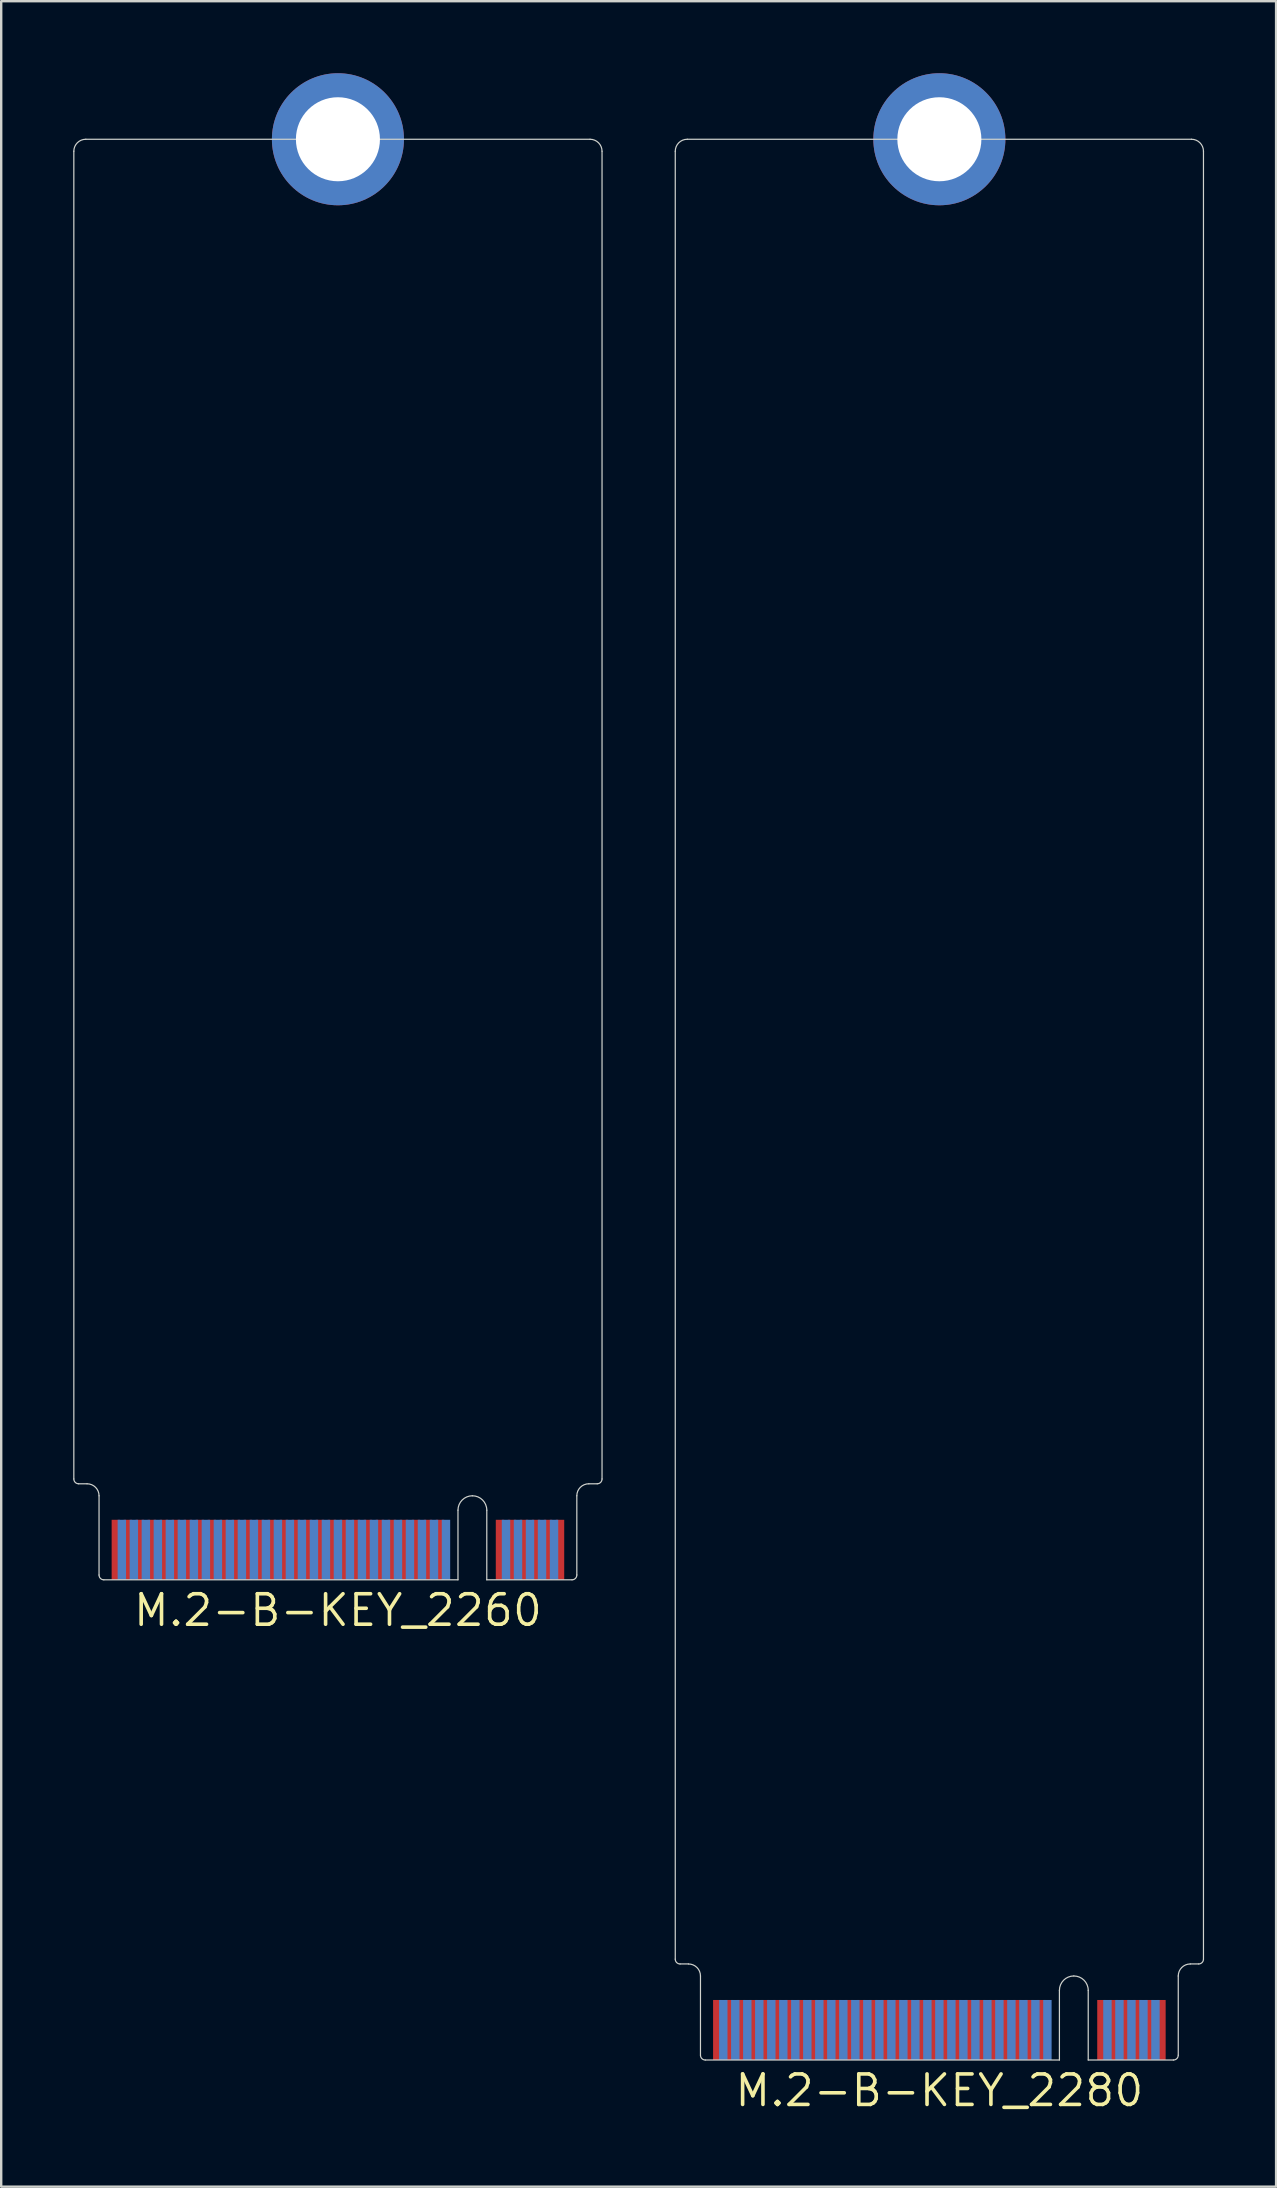
<source format=kicad_pcb>
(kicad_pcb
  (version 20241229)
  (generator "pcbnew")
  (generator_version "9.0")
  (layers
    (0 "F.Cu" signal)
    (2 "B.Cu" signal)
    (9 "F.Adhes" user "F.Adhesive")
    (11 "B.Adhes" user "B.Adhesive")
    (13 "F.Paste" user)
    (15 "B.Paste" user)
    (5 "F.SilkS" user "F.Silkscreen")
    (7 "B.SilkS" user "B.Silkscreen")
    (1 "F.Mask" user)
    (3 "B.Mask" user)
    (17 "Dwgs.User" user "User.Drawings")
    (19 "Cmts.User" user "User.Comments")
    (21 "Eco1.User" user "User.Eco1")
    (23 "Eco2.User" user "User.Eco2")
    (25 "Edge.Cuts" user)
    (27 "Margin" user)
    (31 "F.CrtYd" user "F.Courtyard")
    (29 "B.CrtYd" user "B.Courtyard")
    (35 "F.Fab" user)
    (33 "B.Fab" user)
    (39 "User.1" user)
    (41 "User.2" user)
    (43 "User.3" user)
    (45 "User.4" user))
  (footprint "M.2-B-KEY_2260"
    (layer "F.Cu")
    (at 11.025 62.75)
    (property "Reference" "M.2-B-KEY_2260" (at 0 1.27 0) (layer "F.SilkS") (effects (font (size 1.27 1.27) (thickness 0.15))))
    (attr through_hole)
    (fp_line (start -11 -59.5) (end -11 -4.2) (stroke (width 0.05) (type solid)) (layer "Edge.Cuts"))
    (fp_line (start -10.8 -4) (end -10.45 -4) (stroke (width 0.05) (type solid)) (layer "Edge.Cuts"))
    (fp_line (start -9.95 -3.5) (end -9.95 -0.2) (stroke (width 0.05) (type solid)) (layer "Edge.Cuts"))
    (fp_line (start -9.75 0) (end 5 0) (stroke (width 0.05) (type solid)) (layer "Edge.Cuts"))
    (fp_line (start 5 -2.9) (end 5 0) (stroke (width 0.05) (type solid)) (layer "Edge.Cuts"))
    (fp_line (start 6.2 -2.9) (end 6.2 0) (stroke (width 0.05) (type solid)) (layer "Edge.Cuts"))
    (fp_line (start 6.2 0) (end 9.75 0) (stroke (width 0.05) (type solid)) (layer "Edge.Cuts"))
    (fp_line (start 9.95 -0.2) (end 9.95 -3.5) (stroke (width 0.05) (type solid)) (layer "Edge.Cuts"))
    (fp_line (start 10.45 -4) (end 10.8 -4) (stroke (width 0.05) (type solid)) (layer "Edge.Cuts"))
    (fp_line (start 10.5 -60) (end -10.5 -60) (stroke (width 0.05) (type solid)) (layer "Edge.Cuts"))
    (fp_line (start 11 -4.2) (end 11 -59.5) (stroke (width 0.05) (type solid)) (layer "Edge.Cuts"))
    (fp_arc (start -11 -59.5) (mid -10.853553 -59.853553) (end -10.5 -60) (stroke (width 0.05) (type solid)) (layer "Edge.Cuts"))
    (fp_arc (start -10.8 -4) (mid -10.941421 -4.058579) (end -11 -4.2) (stroke (width 0.05) (type solid)) (layer "Edge.Cuts"))
    (fp_arc (start -10.45 -4) (mid -10.096447 -3.853553) (end -9.95 -3.5) (stroke (width 0.05) (type solid)) (layer "Edge.Cuts"))
    (fp_arc (start -9.75 0) (mid -9.891421 -0.058579) (end -9.95 -0.2) (stroke (width 0.05) (type solid)) (layer "Edge.Cuts"))
    (fp_arc (start 5 -2.9) (mid 5.175736 -3.324264) (end 5.6 -3.5) (stroke (width 0.05) (type solid)) (layer "Edge.Cuts"))
    (fp_arc (start 5.6 -3.5) (mid 6.024264 -3.324264) (end 6.2 -2.9) (stroke (width 0.05) (type solid)) (layer "Edge.Cuts"))
    (fp_arc (start 9.95 -3.5) (mid 10.096447 -3.853553) (end 10.45 -4) (stroke (width 0.05) (type solid)) (layer "Edge.Cuts"))
    (fp_arc (start 9.95 -0.2) (mid 9.891421 -0.058579) (end 9.75 0) (stroke (width 0.05) (type solid)) (layer "Edge.Cuts"))
    (fp_arc (start 10.5 -60) (mid 10.853553 -59.853553) (end 11 -59.5) (stroke (width 0.05) (type solid)) (layer "Edge.Cuts"))
    (fp_arc (start 11 -4.2) (mid 10.941421 -4.058579) (end 10.8 -4) (stroke (width 0.05) (type solid)) (layer "Edge.Cuts"))
    (pad "1" smd rect (at 9.25 -1.25) (size 0.35 2.5) (layers "F.Cu" "F.Mask" "F.Paste"))
    (pad "2" smd rect (at 9 -1.25) (size 0.35 2.5) (layers "B.Cu" "B.Mask" "B.Paste"))
    (pad "3" smd rect (at 8.75 -1.25) (size 0.35 2.5) (layers "F.Cu" "F.Mask" "F.Paste"))
    (pad "4" smd rect (at 8.5 -1.25) (size 0.35 2.5) (layers "B.Cu" "B.Mask" "B.Paste"))
    (pad "5" smd rect (at 8.25 -1.25) (size 0.35 2.5) (layers "F.Cu" "F.Mask" "F.Paste"))
    (pad "6" smd rect (at 8 -1.25) (size 0.35 2.5) (layers "B.Cu" "B.Mask" "B.Paste"))
    (pad "7" smd rect (at 7.75 -1.25) (size 0.35 2.5) (layers "F.Cu" "F.Mask" "F.Paste"))
    (pad "8" smd rect (at 7.5 -1.25) (size 0.35 2.5) (layers "B.Cu" "B.Mask" "B.Paste"))
    (pad "9" smd rect (at 7.25 -1.25) (size 0.35 2.5) (layers "F.Cu" "F.Mask" "F.Paste"))
    (pad "10" smd rect (at 7 -1.25) (size 0.35 2.5) (layers "B.Cu" "B.Mask" "B.Paste"))
    (pad "11" smd rect (at 6.75 -1.25) (size 0.35 2.5) (layers "F.Cu" "F.Mask" "F.Paste"))
    (pad "20" smd rect (at 4.5 -1.25) (size 0.35 2.5) (layers "B.Cu" "B.Mask" "B.Paste"))
    (pad "21" smd rect (at 4.25 -1.25) (size 0.35 2.5) (layers "F.Cu" "F.Mask" "F.Paste"))
    (pad "22" smd rect (at 4 -1.25) (size 0.35 2.5) (layers "B.Cu" "B.Mask" "B.Paste"))
    (pad "23" smd rect (at 3.75 -1.25) (size 0.35 2.5) (layers "F.Cu" "F.Mask" "F.Paste"))
    (pad "24" smd rect (at 3.5 -1.25) (size 0.35 2.5) (layers "B.Cu" "B.Mask" "B.Paste"))
    (pad "25" smd rect (at 3.25 -1.25) (size 0.35 2.5) (layers "F.Cu" "F.Mask" "F.Paste"))
    (pad "26" smd rect (at 3 -1.25) (size 0.35 2.5) (layers "B.Cu" "B.Mask" "B.Paste"))
    (pad "27" smd rect (at 2.75 -1.25) (size 0.35 2.5) (layers "F.Cu" "F.Mask" "F.Paste"))
    (pad "28" smd rect (at 2.5 -1.25) (size 0.35 2.5) (layers "B.Cu" "B.Mask" "B.Paste"))
    (pad "29" smd rect (at 2.25 -1.25) (size 0.35 2.5) (layers "F.Cu" "F.Mask" "F.Paste"))
    (pad "30" smd rect (at 2 -1.25) (size 0.35 2.5) (layers "B.Cu" "B.Mask" "B.Paste"))
    (pad "31" smd rect (at 1.75 -1.25) (size 0.35 2.5) (layers "F.Cu" "F.Mask" "F.Paste"))
    (pad "32" smd rect (at 1.5 -1.25) (size 0.35 2.5) (layers "B.Cu" "B.Mask" "B.Paste"))
    (pad "33" smd rect (at 1.25 -1.25) (size 0.35 2.5) (layers "F.Cu" "F.Mask" "F.Paste"))
    (pad "34" smd rect (at 1 -1.25) (size 0.35 2.5) (layers "B.Cu" "B.Mask" "B.Paste"))
    (pad "35" smd rect (at 0.75 -1.25) (size 0.35 2.5) (layers "F.Cu" "F.Mask" "F.Paste"))
    (pad "36" smd rect (at 0.5 -1.25) (size 0.35 2.5) (layers "B.Cu" "B.Mask" "B.Paste"))
    (pad "37" smd rect (at 0.25 -1.25) (size 0.35 2.5) (layers "F.Cu" "F.Mask" "F.Paste"))
    (pad "38" smd rect (at 0 -1.25) (size 0.35 2.5) (layers "B.Cu" "B.Mask" "B.Paste"))
    (pad "39" smd rect (at -0.25 -1.25) (size 0.35 2.5) (layers "F.Cu" "F.Mask" "F.Paste"))
    (pad "40" smd rect (at -0.5 -1.25) (size 0.35 2.5) (layers "B.Cu" "B.Mask" "B.Paste"))
    (pad "41" smd rect (at -0.75 -1.25) (size 0.35 2.5) (layers "F.Cu" "F.Mask" "F.Paste"))
    (pad "42" smd rect (at -1 -1.25) (size 0.35 2.5) (layers "B.Cu" "B.Mask" "B.Paste"))
    (pad "43" smd rect (at -1.25 -1.25) (size 0.35 2.5) (layers "F.Cu" "F.Mask" "F.Paste"))
    (pad "44" smd rect (at -1.5 -1.25) (size 0.35 2.5) (layers "B.Cu" "B.Mask" "B.Paste"))
    (pad "45" smd rect (at -1.75 -1.25) (size 0.35 2.5) (layers "F.Cu" "F.Mask" "F.Paste"))
    (pad "46" smd rect (at -2 -1.25) (size 0.35 2.5) (layers "B.Cu" "B.Mask" "B.Paste"))
    (pad "47" smd rect (at -2.25 -1.25) (size 0.35 2.5) (layers "F.Cu" "F.Mask" "F.Paste"))
    (pad "48" smd rect (at -2.5 -1.25) (size 0.35 2.5) (layers "B.Cu" "B.Mask" "B.Paste"))
    (pad "49" smd rect (at -2.75 -1.25) (size 0.35 2.5) (layers "F.Cu" "F.Mask" "F.Paste"))
    (pad "50" smd rect (at -3 -1.25) (size 0.35 2.5) (layers "B.Cu" "B.Mask" "B.Paste"))
    (pad "51" smd rect (at -3.25 -1.25) (size 0.35 2.5) (layers "F.Cu" "F.Mask" "F.Paste"))
    (pad "52" smd rect (at -3.5 -1.25) (size 0.35 2.5) (layers "B.Cu" "B.Mask" "B.Paste"))
    (pad "53" smd rect (at -3.75 -1.25) (size 0.35 2.5) (layers "F.Cu" "F.Mask" "F.Paste"))
    (pad "54" smd rect (at -4 -1.25) (size 0.35 2.5) (layers "B.Cu" "B.Mask" "B.Paste"))
    (pad "55" smd rect (at -4.25 -1.25) (size 0.35 2.5) (layers "F.Cu" "F.Mask" "F.Paste"))
    (pad "56" smd rect (at -4.5 -1.25) (size 0.35 2.5) (layers "B.Cu" "B.Mask" "B.Paste"))
    (pad "57" smd rect (at -4.75 -1.25) (size 0.35 2.5) (layers "F.Cu" "F.Mask" "F.Paste"))
    (pad "58" smd rect (at -5 -1.25) (size 0.35 2.5) (layers "B.Cu" "B.Mask" "B.Paste"))
    (pad "59" smd rect (at -5.25 -1.25) (size 0.35 2.5) (layers "F.Cu" "F.Mask" "F.Paste"))
    (pad "60" smd rect (at -5.5 -1.25) (size 0.35 2.5) (layers "B.Cu" "B.Mask" "B.Paste"))
    (pad "61" smd rect (at -5.75 -1.25) (size 0.35 2.5) (layers "F.Cu" "F.Mask" "F.Paste"))
    (pad "62" smd rect (at -6 -1.25) (size 0.35 2.5) (layers "B.Cu" "B.Mask" "B.Paste"))
    (pad "63" smd rect (at -6.25 -1.25) (size 0.35 2.5) (layers "F.Cu" "F.Mask" "F.Paste"))
    (pad "64" smd rect (at -6.5 -1.25) (size 0.35 2.5) (layers "B.Cu" "B.Mask" "B.Paste"))
    (pad "65" smd rect (at -6.75 -1.25) (size 0.35 2.5) (layers "F.Cu" "F.Mask" "F.Paste"))
    (pad "66" smd rect (at -7 -1.25) (size 0.35 2.5) (layers "B.Cu" "B.Mask" "B.Paste"))
    (pad "67" smd rect (at -7.25 -1.25) (size 0.35 2.5) (layers "F.Cu" "F.Mask" "F.Paste"))
    (pad "68" smd rect (at -7.5 -1.25) (size 0.35 2.5) (layers "B.Cu" "B.Mask" "B.Paste"))
    (pad "69" smd rect (at -7.75 -1.25) (size 0.35 2.5) (layers "F.Cu" "F.Mask" "F.Paste"))
    (pad "70" smd rect (at -8 -1.25) (size 0.35 2.5) (layers "B.Cu" "B.Mask" "B.Paste"))
    (pad "71" smd rect (at -8.25 -1.25) (size 0.35 2.5) (layers "F.Cu" "F.Mask" "F.Paste"))
    (pad "72" smd rect (at -8.5 -1.25) (size 0.35 2.5) (layers "B.Cu" "B.Mask" "B.Paste"))
    (pad "73" smd rect (at -8.75 -1.25) (size 0.35 2.5) (layers "F.Cu" "F.Mask" "F.Paste"))
    (pad "74" smd rect (at -9 -1.25) (size 0.35 2.5) (layers "B.Cu" "B.Mask" "B.Paste"))
    (pad "75" smd rect (at -9.25 -1.25) (size 0.35 2.5) (layers "F.Cu" "F.Mask" "F.Paste"))
    (pad "MOUNTING-HOLE" thru_hole circle (at 0 -60) (size 5.5 5.5) (drill 3.5) (layers "*.Cu" "*.Mask")))
  (footprint "M.2-B-KEY_2280"
    (layer "F.Cu")
    (at 36.075 82.75)
    (property "Reference" "M.2-B-KEY_2280" (at 0 1.27 0) (layer "F.SilkS") (effects (font (size 1.27 1.27) (thickness 0.15))))
    (attr through_hole)
    (fp_line (start -11 -79.5) (end -11 -4.2) (stroke (width 0.05) (type solid)) (layer "Edge.Cuts"))
    (fp_line (start -10.8 -4) (end -10.45 -4) (stroke (width 0.05) (type solid)) (layer "Edge.Cuts"))
    (fp_line (start -9.95 -3.5) (end -9.95 -0.2) (stroke (width 0.05) (type solid)) (layer "Edge.Cuts"))
    (fp_line (start -9.75 0) (end 5 0) (stroke (width 0.05) (type solid)) (layer "Edge.Cuts"))
    (fp_line (start 5 -2.9) (end 5 0) (stroke (width 0.05) (type solid)) (layer "Edge.Cuts"))
    (fp_line (start 6.2 -2.9) (end 6.2 0) (stroke (width 0.05) (type solid)) (layer "Edge.Cuts"))
    (fp_line (start 6.2 0) (end 9.75 0) (stroke (width 0.05) (type solid)) (layer "Edge.Cuts"))
    (fp_line (start 9.95 -0.2) (end 9.95 -3.5) (stroke (width 0.05) (type solid)) (layer "Edge.Cuts"))
    (fp_line (start 10.45 -4) (end 10.8 -4) (stroke (width 0.05) (type solid)) (layer "Edge.Cuts"))
    (fp_line (start 10.5 -80) (end -10.5 -80) (stroke (width 0.05) (type solid)) (layer "Edge.Cuts"))
    (fp_line (start 11 -4.2) (end 11 -79.5) (stroke (width 0.05) (type solid)) (layer "Edge.Cuts"))
    (fp_arc (start -11 -79.5) (mid -10.853553 -79.853553) (end -10.5 -80) (stroke (width 0.05) (type solid)) (layer "Edge.Cuts"))
    (fp_arc (start -10.8 -4) (mid -10.941421 -4.058579) (end -11 -4.2) (stroke (width 0.05) (type solid)) (layer "Edge.Cuts"))
    (fp_arc (start -10.45 -4) (mid -10.096447 -3.853553) (end -9.95 -3.5) (stroke (width 0.05) (type solid)) (layer "Edge.Cuts"))
    (fp_arc (start -9.75 0) (mid -9.891421 -0.058579) (end -9.95 -0.2) (stroke (width 0.05) (type solid)) (layer "Edge.Cuts"))
    (fp_arc (start 5 -2.9) (mid 5.175736 -3.324264) (end 5.6 -3.5) (stroke (width 0.05) (type solid)) (layer "Edge.Cuts"))
    (fp_arc (start 5.6 -3.5) (mid 6.024264 -3.324264) (end 6.2 -2.9) (stroke (width 0.05) (type solid)) (layer "Edge.Cuts"))
    (fp_arc (start 9.95 -3.5) (mid 10.096447 -3.853553) (end 10.45 -4) (stroke (width 0.05) (type solid)) (layer "Edge.Cuts"))
    (fp_arc (start 9.95 -0.2) (mid 9.891421 -0.058579) (end 9.75 0) (stroke (width 0.05) (type solid)) (layer "Edge.Cuts"))
    (fp_arc (start 10.5 -80) (mid 10.853553 -79.853553) (end 11 -79.5) (stroke (width 0.05) (type solid)) (layer "Edge.Cuts"))
    (fp_arc (start 11 -4.2) (mid 10.941421 -4.058579) (end 10.8 -4) (stroke (width 0.05) (type solid)) (layer "Edge.Cuts"))
    (pad "1" smd rect (at 9.25 -1.25) (size 0.35 2.5) (layers "F.Cu" "F.Mask" "F.Paste"))
    (pad "2" smd rect (at 9 -1.25) (size 0.35 2.5) (layers "B.Cu" "B.Mask" "B.Paste"))
    (pad "3" smd rect (at 8.75 -1.25) (size 0.35 2.5) (layers "F.Cu" "F.Mask" "F.Paste"))
    (pad "4" smd rect (at 8.5 -1.25) (size 0.35 2.5) (layers "B.Cu" "B.Mask" "B.Paste"))
    (pad "5" smd rect (at 8.25 -1.25) (size 0.35 2.5) (layers "F.Cu" "F.Mask" "F.Paste"))
    (pad "6" smd rect (at 8 -1.25) (size 0.35 2.5) (layers "B.Cu" "B.Mask" "B.Paste"))
    (pad "7" smd rect (at 7.75 -1.25) (size 0.35 2.5) (layers "F.Cu" "F.Mask" "F.Paste"))
    (pad "8" smd rect (at 7.5 -1.25) (size 0.35 2.5) (layers "B.Cu" "B.Mask" "B.Paste"))
    (pad "9" smd rect (at 7.25 -1.25) (size 0.35 2.5) (layers "F.Cu" "F.Mask" "F.Paste"))
    (pad "10" smd rect (at 7 -1.25) (size 0.35 2.5) (layers "B.Cu" "B.Mask" "B.Paste"))
    (pad "11" smd rect (at 6.75 -1.25) (size 0.35 2.5) (layers "F.Cu" "F.Mask" "F.Paste"))
    (pad "20" smd rect (at 4.5 -1.25) (size 0.35 2.5) (layers "B.Cu" "B.Mask" "B.Paste"))
    (pad "21" smd rect (at 4.25 -1.25) (size 0.35 2.5) (layers "F.Cu" "F.Mask" "F.Paste"))
    (pad "22" smd rect (at 4 -1.25) (size 0.35 2.5) (layers "B.Cu" "B.Mask" "B.Paste"))
    (pad "23" smd rect (at 3.75 -1.25) (size 0.35 2.5) (layers "F.Cu" "F.Mask" "F.Paste"))
    (pad "24" smd rect (at 3.5 -1.25) (size 0.35 2.5) (layers "B.Cu" "B.Mask" "B.Paste"))
    (pad "25" smd rect (at 3.25 -1.25) (size 0.35 2.5) (layers "F.Cu" "F.Mask" "F.Paste"))
    (pad "26" smd rect (at 3 -1.25) (size 0.35 2.5) (layers "B.Cu" "B.Mask" "B.Paste"))
    (pad "27" smd rect (at 2.75 -1.25) (size 0.35 2.5) (layers "F.Cu" "F.Mask" "F.Paste"))
    (pad "28" smd rect (at 2.5 -1.25) (size 0.35 2.5) (layers "B.Cu" "B.Mask" "B.Paste"))
    (pad "29" smd rect (at 2.25 -1.25) (size 0.35 2.5) (layers "F.Cu" "F.Mask" "F.Paste"))
    (pad "30" smd rect (at 2 -1.25) (size 0.35 2.5) (layers "B.Cu" "B.Mask" "B.Paste"))
    (pad "31" smd rect (at 1.75 -1.25) (size 0.35 2.5) (layers "F.Cu" "F.Mask" "F.Paste"))
    (pad "32" smd rect (at 1.5 -1.25) (size 0.35 2.5) (layers "B.Cu" "B.Mask" "B.Paste"))
    (pad "33" smd rect (at 1.25 -1.25) (size 0.35 2.5) (layers "F.Cu" "F.Mask" "F.Paste"))
    (pad "34" smd rect (at 1 -1.25) (size 0.35 2.5) (layers "B.Cu" "B.Mask" "B.Paste"))
    (pad "35" smd rect (at 0.75 -1.25) (size 0.35 2.5) (layers "F.Cu" "F.Mask" "F.Paste"))
    (pad "36" smd rect (at 0.5 -1.25) (size 0.35 2.5) (layers "B.Cu" "B.Mask" "B.Paste"))
    (pad "37" smd rect (at 0.25 -1.25) (size 0.35 2.5) (layers "F.Cu" "F.Mask" "F.Paste"))
    (pad "38" smd rect (at 0 -1.25) (size 0.35 2.5) (layers "B.Cu" "B.Mask" "B.Paste"))
    (pad "39" smd rect (at -0.25 -1.25) (size 0.35 2.5) (layers "F.Cu" "F.Mask" "F.Paste"))
    (pad "40" smd rect (at -0.5 -1.25) (size 0.35 2.5) (layers "B.Cu" "B.Mask" "B.Paste"))
    (pad "41" smd rect (at -0.75 -1.25) (size 0.35 2.5) (layers "F.Cu" "F.Mask" "F.Paste"))
    (pad "42" smd rect (at -1 -1.25) (size 0.35 2.5) (layers "B.Cu" "B.Mask" "B.Paste"))
    (pad "43" smd rect (at -1.25 -1.25) (size 0.35 2.5) (layers "F.Cu" "F.Mask" "F.Paste"))
    (pad "44" smd rect (at -1.5 -1.25) (size 0.35 2.5) (layers "B.Cu" "B.Mask" "B.Paste"))
    (pad "45" smd rect (at -1.75 -1.25) (size 0.35 2.5) (layers "F.Cu" "F.Mask" "F.Paste"))
    (pad "46" smd rect (at -2 -1.25) (size 0.35 2.5) (layers "B.Cu" "B.Mask" "B.Paste"))
    (pad "47" smd rect (at -2.25 -1.25) (size 0.35 2.5) (layers "F.Cu" "F.Mask" "F.Paste"))
    (pad "48" smd rect (at -2.5 -1.25) (size 0.35 2.5) (layers "B.Cu" "B.Mask" "B.Paste"))
    (pad "49" smd rect (at -2.75 -1.25) (size 0.35 2.5) (layers "F.Cu" "F.Mask" "F.Paste"))
    (pad "50" smd rect (at -3 -1.25) (size 0.35 2.5) (layers "B.Cu" "B.Mask" "B.Paste"))
    (pad "51" smd rect (at -3.25 -1.25) (size 0.35 2.5) (layers "F.Cu" "F.Mask" "F.Paste"))
    (pad "52" smd rect (at -3.5 -1.25) (size 0.35 2.5) (layers "B.Cu" "B.Mask" "B.Paste"))
    (pad "53" smd rect (at -3.75 -1.25) (size 0.35 2.5) (layers "F.Cu" "F.Mask" "F.Paste"))
    (pad "54" smd rect (at -4 -1.25) (size 0.35 2.5) (layers "B.Cu" "B.Mask" "B.Paste"))
    (pad "55" smd rect (at -4.25 -1.25) (size 0.35 2.5) (layers "F.Cu" "F.Mask" "F.Paste"))
    (pad "56" smd rect (at -4.5 -1.25) (size 0.35 2.5) (layers "B.Cu" "B.Mask" "B.Paste"))
    (pad "57" smd rect (at -4.75 -1.25) (size 0.35 2.5) (layers "F.Cu" "F.Mask" "F.Paste"))
    (pad "58" smd rect (at -5 -1.25) (size 0.35 2.5) (layers "B.Cu" "B.Mask" "B.Paste"))
    (pad "59" smd rect (at -5.25 -1.25) (size 0.35 2.5) (layers "F.Cu" "F.Mask" "F.Paste"))
    (pad "60" smd rect (at -5.5 -1.25) (size 0.35 2.5) (layers "B.Cu" "B.Mask" "B.Paste"))
    (pad "61" smd rect (at -5.75 -1.25) (size 0.35 2.5) (layers "F.Cu" "F.Mask" "F.Paste"))
    (pad "62" smd rect (at -6 -1.25) (size 0.35 2.5) (layers "B.Cu" "B.Mask" "B.Paste"))
    (pad "63" smd rect (at -6.25 -1.25) (size 0.35 2.5) (layers "F.Cu" "F.Mask" "F.Paste"))
    (pad "64" smd rect (at -6.5 -1.25) (size 0.35 2.5) (layers "B.Cu" "B.Mask" "B.Paste"))
    (pad "65" smd rect (at -6.75 -1.25) (size 0.35 2.5) (layers "F.Cu" "F.Mask" "F.Paste"))
    (pad "66" smd rect (at -7 -1.25) (size 0.35 2.5) (layers "B.Cu" "B.Mask" "B.Paste"))
    (pad "67" smd rect (at -7.25 -1.25) (size 0.35 2.5) (layers "F.Cu" "F.Mask" "F.Paste"))
    (pad "68" smd rect (at -7.5 -1.25) (size 0.35 2.5) (layers "B.Cu" "B.Mask" "B.Paste"))
    (pad "69" smd rect (at -7.75 -1.25) (size 0.35 2.5) (layers "F.Cu" "F.Mask" "F.Paste"))
    (pad "70" smd rect (at -8 -1.25) (size 0.35 2.5) (layers "B.Cu" "B.Mask" "B.Paste"))
    (pad "71" smd rect (at -8.25 -1.25) (size 0.35 2.5) (layers "F.Cu" "F.Mask" "F.Paste"))
    (pad "72" smd rect (at -8.5 -1.25) (size 0.35 2.5) (layers "B.Cu" "B.Mask" "B.Paste"))
    (pad "73" smd rect (at -8.75 -1.25) (size 0.35 2.5) (layers "F.Cu" "F.Mask" "F.Paste"))
    (pad "74" smd rect (at -9 -1.25) (size 0.35 2.5) (layers "B.Cu" "B.Mask" "B.Paste"))
    (pad "75" smd rect (at -9.25 -1.25) (size 0.35 2.5) (layers "F.Cu" "F.Mask" "F.Paste"))
    (pad "MOUNTING-HOLE" thru_hole circle (at 0 -80) (size 5.5 5.5) (drill 3.5) (layers "*.Cu" "*.Mask")))
  (gr_rect
    (start -3 -3)
    (end 50.1 88.026)
    (stroke (width 0.1) (type default))
    (fill no)
    (layer "Edge.Cuts")))
</source>
